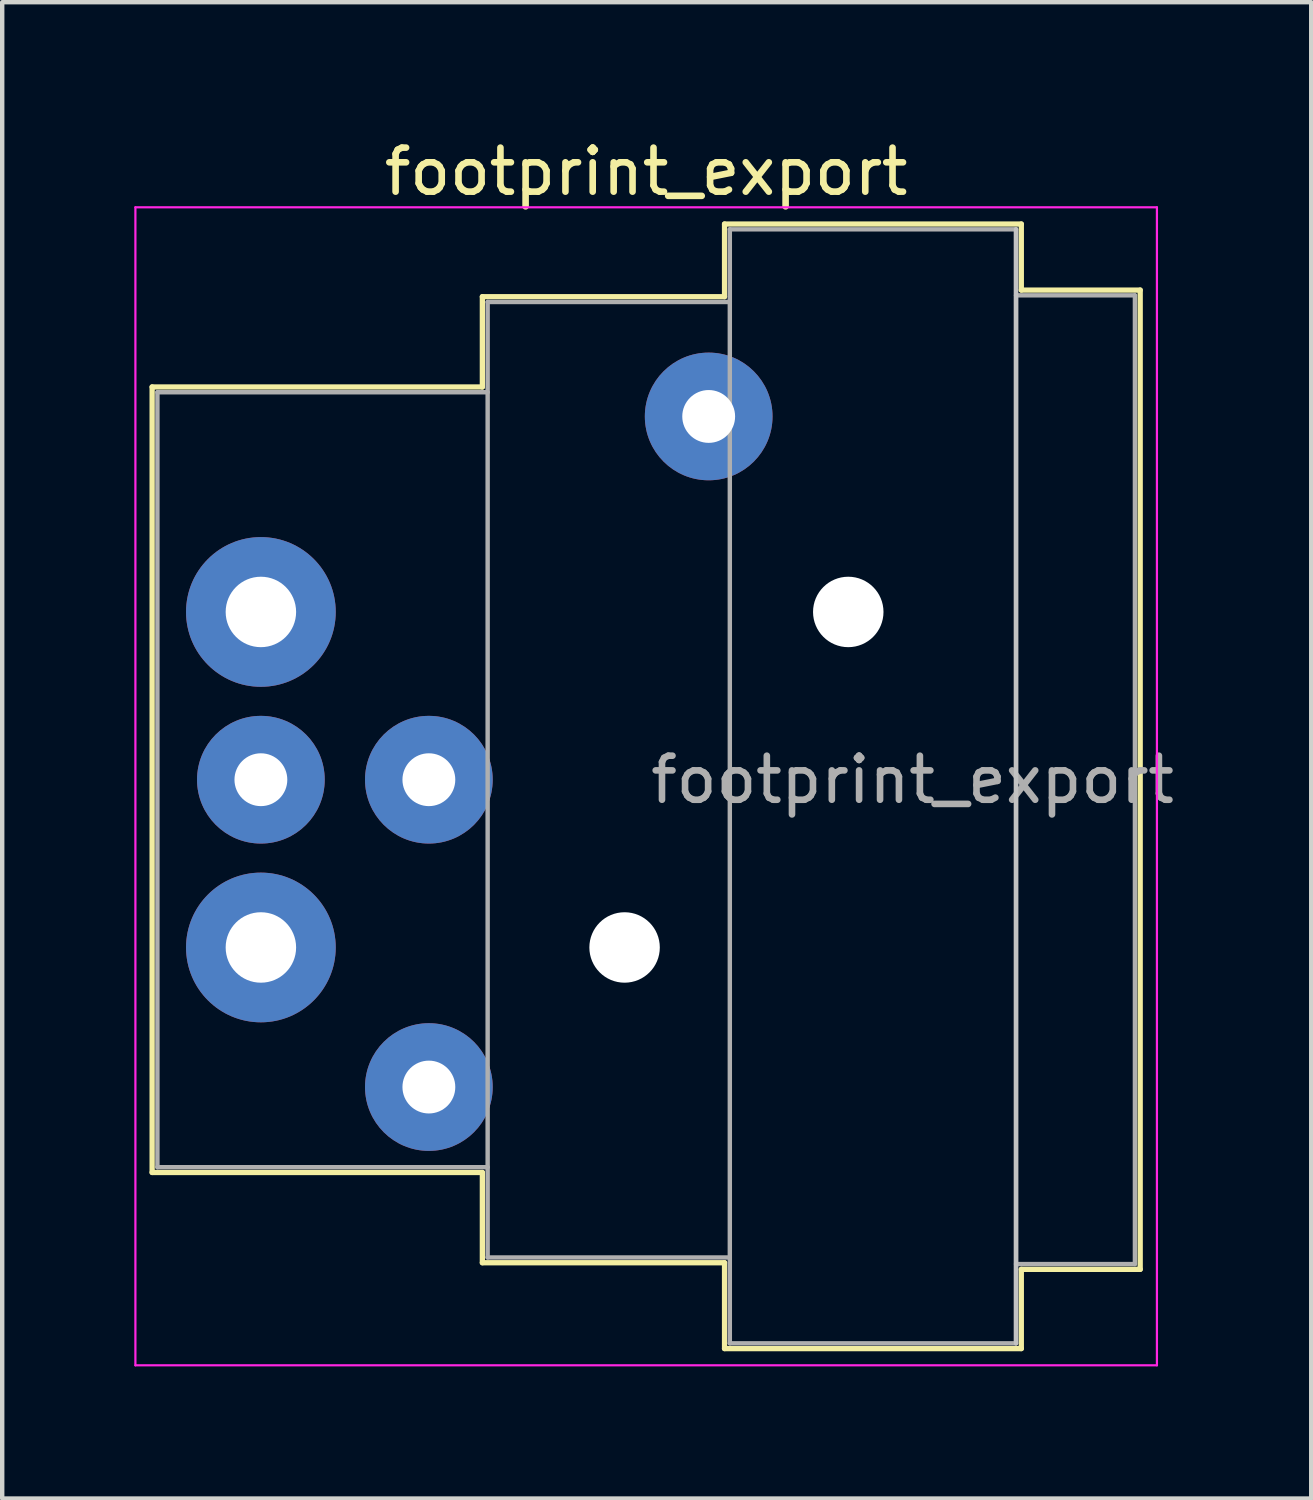
<source format=kicad_pcb>
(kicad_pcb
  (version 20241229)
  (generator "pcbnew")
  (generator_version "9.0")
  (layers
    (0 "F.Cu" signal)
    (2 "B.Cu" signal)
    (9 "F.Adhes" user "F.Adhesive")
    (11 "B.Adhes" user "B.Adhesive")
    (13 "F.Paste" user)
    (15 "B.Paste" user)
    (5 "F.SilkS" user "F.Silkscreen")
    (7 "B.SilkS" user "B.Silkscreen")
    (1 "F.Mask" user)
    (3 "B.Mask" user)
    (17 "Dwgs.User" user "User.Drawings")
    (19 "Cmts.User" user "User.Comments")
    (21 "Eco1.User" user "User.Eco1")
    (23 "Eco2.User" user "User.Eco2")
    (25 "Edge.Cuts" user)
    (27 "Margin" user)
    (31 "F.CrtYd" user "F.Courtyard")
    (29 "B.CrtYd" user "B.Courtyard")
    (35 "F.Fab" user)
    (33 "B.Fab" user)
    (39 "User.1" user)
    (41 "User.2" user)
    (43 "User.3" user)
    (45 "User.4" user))
  (footprint "footprint_export"
    (layer "F.Cu")
    (at 2.875 10.848)
    (property "Reference" "footprint_export" (at 8.75 -10 0) (layer "F.SilkS") (effects (font (size 1 1) (thickness 0.15))))
    (attr through_hole)
    (fp_line (start -2.47 -5.11) (end -2.47 12.73) (stroke (width 0.12) (type solid)) (layer "F.SilkS"))
    (fp_line (start 5.03 -5.11) (end -2.47 -5.11) (stroke (width 0.12) (type solid)) (layer "F.SilkS"))
    (fp_line (start 5.03 -5.11) (end 5.03 -7.16) (stroke (width 0.12) (type solid)) (layer "F.SilkS"))
    (fp_line (start 5.03 12.73) (end -2.47 12.73) (stroke (width 0.12) (type solid)) (layer "F.SilkS"))
    (fp_line (start 5.03 12.73) (end 5.03 14.78) (stroke (width 0.12) (type solid)) (layer "F.SilkS"))
    (fp_line (start 10.53 -7.16) (end 5.03 -7.16) (stroke (width 0.12) (type solid)) (layer "F.SilkS"))
    (fp_line (start 10.53 -7.16) (end 10.53 -8.81) (stroke (width 0.12) (type solid)) (layer "F.SilkS"))
    (fp_line (start 10.53 14.78) (end 5.03 14.78) (stroke (width 0.12) (type solid)) (layer "F.SilkS"))
    (fp_line (start 10.53 16.73) (end 10.53 14.78) (stroke (width 0.12) (type solid)) (layer "F.SilkS"))
    (fp_line (start 17.27 -8.81) (end 10.53 -8.81) (stroke (width 0.12) (type solid)) (layer "F.SilkS"))
    (fp_line (start 17.27 -8.81) (end 17.27 -7.31) (stroke (width 0.12) (type solid)) (layer "F.SilkS"))
    (fp_line (start 17.27 -7.31) (end 19.97 -7.31) (stroke (width 0.12) (type solid)) (layer "F.SilkS"))
    (fp_line (start 17.27 14.93) (end 17.27 16.73) (stroke (width 0.12) (type solid)) (layer "F.SilkS"))
    (fp_line (start 17.27 14.93) (end 19.97 14.93) (stroke (width 0.12) (type solid)) (layer "F.SilkS"))
    (fp_line (start 17.27 16.73) (end 10.53 16.73) (stroke (width 0.12) (type solid)) (layer "F.SilkS"))
    (fp_line (start 19.97 -7.31) (end 19.97 14.93) (stroke (width 0.12) (type solid)) (layer "F.SilkS"))
    (fp_line (start 17.15 -8.69) (end 17.15 16.61) (stroke (width 0.1) (type solid)) (layer "Dwgs.User"))
    (fp_line (start -2.85 -9.19) (end -2.85 17.11) (stroke (width 0.05) (type solid)) (layer "F.CrtYd"))
    (fp_line (start 20.35 -9.19) (end -2.85 -9.19) (stroke (width 0.05) (type solid)) (layer "F.CrtYd"))
    (fp_line (start 20.35 -9.19) (end 20.35 17.11) (stroke (width 0.05) (type solid)) (layer "F.CrtYd"))
    (fp_line (start 20.35 17.11) (end -2.85 17.11) (stroke (width 0.05) (type solid)) (layer "F.CrtYd"))
    (fp_line (start -2.35 -4.99) (end -2.35 12.61) (stroke (width 0.1) (type solid)) (layer "F.Fab"))
    (fp_line (start 5.15 -4.99) (end -2.35 -4.99) (stroke (width 0.1) (type solid)) (layer "F.Fab"))
    (fp_line (start 5.15 12.61) (end -2.35 12.61) (stroke (width 0.1) (type solid)) (layer "F.Fab"))
    (fp_line (start 5.15 14.66) (end 5.15 -7.04) (stroke (width 0.1) (type solid)) (layer "F.Fab"))
    (fp_line (start 5.15 14.66) (end 10.65 14.66) (stroke (width 0.1) (type solid)) (layer "F.Fab"))
    (fp_line (start 10.65 -8.69) (end 17.15 -8.69) (stroke (width 0.1) (type solid)) (layer "F.Fab"))
    (fp_line (start 10.65 -7.04) (end 5.15 -7.04) (stroke (width 0.1) (type solid)) (layer "F.Fab"))
    (fp_line (start 10.65 16.61) (end 10.65 -8.69) (stroke (width 0.1) (type solid)) (layer "F.Fab"))
    (fp_line (start 17.15 -8.69) (end 17.15 16.61) (stroke (width 0.1) (type solid)) (layer "F.Fab"))
    (fp_line (start 17.15 -7.19) (end 19.85 -7.19) (stroke (width 0.1) (type solid)) (layer "F.Fab"))
    (fp_line (start 17.15 16.61) (end 10.65 16.61) (stroke (width 0.1) (type solid)) (layer "F.Fab"))
    (fp_line (start 19.85 -7.19) (end 19.85 14.81) (stroke (width 0.1) (type solid)) (layer "F.Fab"))
    (fp_line (start 19.85 14.81) (end 17.15 14.81) (stroke (width 0.1) (type solid)) (layer "F.Fab"))
    (fp_text user "${REFERENCE}" (at 14.8 3.81 0) (layer "F.Fab") (effects (font (size 1 1) (thickness 0.15))))
    (pad "" np_thru_hole circle (at 8.26 7.62) (size 1.6 1.6) (drill 1.6) (layers "*.Cu" "*.Mask"))
    (pad "" np_thru_hole circle (at 13.34 0) (size 1.6 1.6) (drill 1.6) (layers "*.Cu" "*.Mask"))
    (pad "1" thru_hole circle (at 0 0) (size 3.4 3.4) (drill 1.6) (layers "*.Cu" "*.Mask"))
    (pad "2" thru_hole circle (at 3.815 3.81) (size 2.9 2.9) (drill 1.2) (layers "*.Cu" "*.Mask"))
    (pad "3" thru_hole circle (at 0 3.81) (size 2.9 2.9) (drill 1.2) (layers "*.Cu" "*.Mask"))
    (pad "4" thru_hole circle (at 3.815 10.79) (size 2.9 2.9) (drill 1.2) (layers "*.Cu" "*.Mask"))
    (pad "5" thru_hole circle (at 0 7.62) (size 3.4 3.4) (drill 1.6) (layers "*.Cu" "*.Mask"))
    (pad "G" thru_hole circle (at 10.17 -4.44) (size 2.9 2.9) (drill 1.2) (layers "*.Cu" "*.Mask")))
  (gr_rect
    (start -3 -3)
    (end 26.729 30.983)
    (stroke (width 0.1) (type default))
    (fill no)
    (layer "Edge.Cuts")))
</source>
